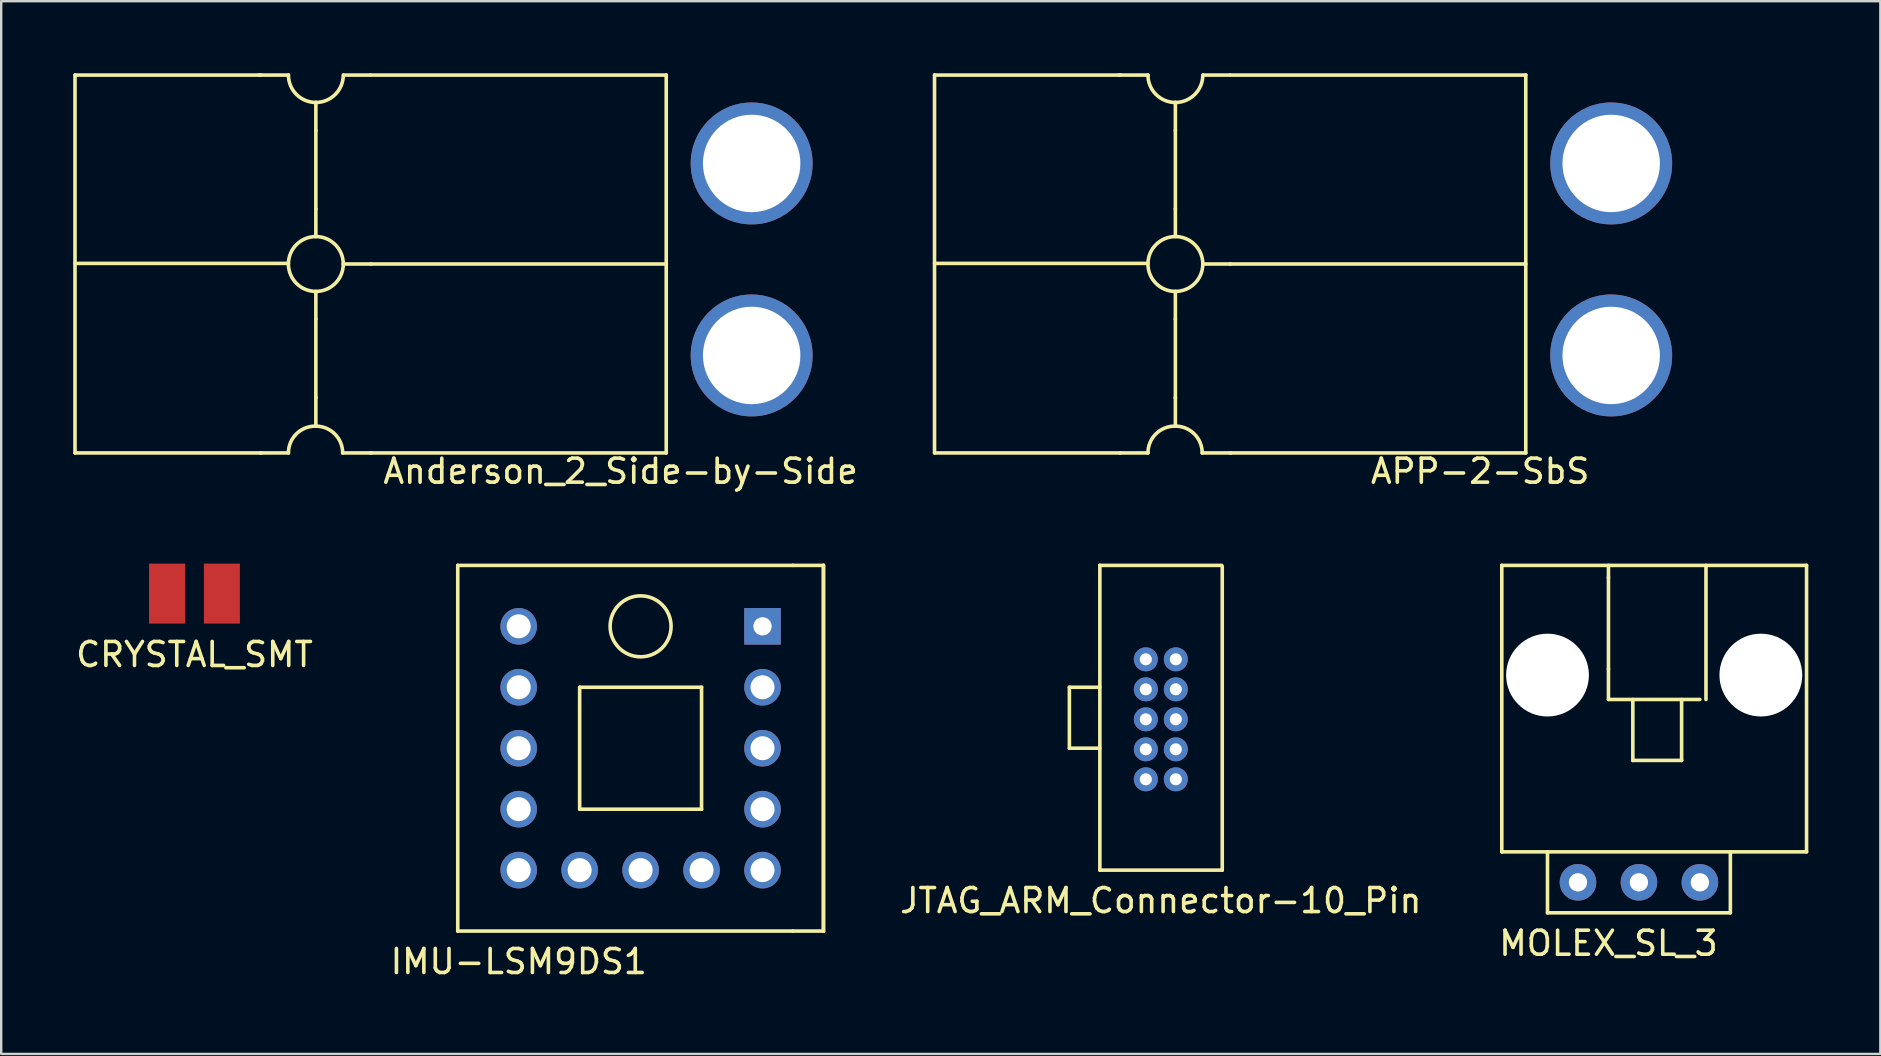
<source format=kicad_pcb>
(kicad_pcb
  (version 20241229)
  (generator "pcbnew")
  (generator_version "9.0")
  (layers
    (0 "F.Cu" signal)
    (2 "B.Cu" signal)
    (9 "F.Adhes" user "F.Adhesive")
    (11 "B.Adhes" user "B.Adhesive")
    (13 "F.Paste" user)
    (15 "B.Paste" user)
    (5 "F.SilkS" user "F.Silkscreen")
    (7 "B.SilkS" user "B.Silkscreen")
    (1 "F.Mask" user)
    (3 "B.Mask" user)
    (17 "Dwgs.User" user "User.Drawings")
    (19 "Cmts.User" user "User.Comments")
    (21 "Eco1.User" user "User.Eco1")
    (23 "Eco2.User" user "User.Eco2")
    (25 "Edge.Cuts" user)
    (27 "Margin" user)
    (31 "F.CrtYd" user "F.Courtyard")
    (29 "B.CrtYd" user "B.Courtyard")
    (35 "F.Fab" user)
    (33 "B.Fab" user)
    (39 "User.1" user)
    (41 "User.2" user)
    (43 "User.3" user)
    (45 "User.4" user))
  (footprint "IMU-LSM9DS1"
    (layer "F.Cu")
    (at 16.025 35.75)
    (property "Reference" "IMU-LSM9DS1" (at 2.54 1.27 0) (layer "F.SilkS") (effects (font (size 1 1) (thickness 0.15))))
    (attr through_hole)
    (fp_line (start 0 -15.24) (end 13.97 -15.24) (stroke (width 0.15) (type solid)) (layer "F.SilkS"))
    (fp_line (start 0 0) (end 0 -15.24) (stroke (width 0.15) (type solid)) (layer "F.SilkS"))
    (fp_line (start 5.08 -10.16) (end 5.08 -5.08) (stroke (width 0.15) (type solid)) (layer "F.SilkS"))
    (fp_line (start 5.08 -5.08) (end 10.16 -5.08) (stroke (width 0.15) (type solid)) (layer "F.SilkS"))
    (fp_line (start 10.16 -10.16) (end 5.08 -10.16) (stroke (width 0.15) (type solid)) (layer "F.SilkS"))
    (fp_line (start 10.16 -5.08) (end 10.16 -10.16) (stroke (width 0.15) (type solid)) (layer "F.SilkS"))
    (fp_line (start 13.97 -15.24) (end 15.24 -15.24) (stroke (width 0.15) (type solid)) (layer "F.SilkS"))
    (fp_line (start 13.97 0) (end 0 0) (stroke (width 0.15) (type solid)) (layer "F.SilkS"))
    (fp_line (start 15.24 -15.24) (end 15.24 0) (stroke (width 0.15) (type solid)) (layer "F.SilkS"))
    (fp_line (start 15.24 -15.24) (end 15.24 0) (stroke (width 0.15) (type solid)) (layer "F.SilkS"))
    (fp_line (start 15.24 0) (end 13.97 0) (stroke (width 0.15) (type solid)) (layer "F.SilkS"))
    (fp_circle (center 7.62 -12.7) (end 8.89 -12.7) (stroke (width 0.15) (type solid)) (fill no) (layer "F.SilkS"))
    (pad "1" thru_hole circle (at 2.54 -12.7) (size 1.524 1.524) (drill 1) (layers "*.Cu" "*.Mask"))
    (pad "2" thru_hole circle (at 2.54 -10.16) (size 1.524 1.524) (drill 1) (layers "*.Cu" "*.Mask"))
    (pad "3" thru_hole circle (at 2.54 -7.62) (size 1.524 1.524) (drill 1) (layers "*.Cu" "*.Mask"))
    (pad "4" thru_hole circle (at 2.54 -5.08) (size 1.524 1.524) (drill 1) (layers "*.Cu" "*.Mask"))
    (pad "5" thru_hole circle (at 2.54 -2.54) (size 1.524 1.524) (drill 1) (layers "*.Cu" "*.Mask"))
    (pad "6" thru_hole circle (at 5.08 -2.54) (size 1.524 1.524) (drill 1) (layers "*.Cu" "*.Mask"))
    (pad "7" thru_hole circle (at 7.62 -2.54) (size 1.524 1.524) (drill 1) (layers "*.Cu" "*.Mask"))
    (pad "8" thru_hole circle (at 10.16 -2.54) (size 1.524 1.524) (drill 1) (layers "*.Cu" "*.Mask"))
    (pad "9" thru_hole circle (at 12.7 -2.54) (size 1.524 1.524) (drill 1) (layers "*.Cu" "*.Mask"))
    (pad "10" thru_hole circle (at 12.7 -5.08) (size 1.524 1.524) (drill 1) (layers "*.Cu" "*.Mask"))
    (pad "11" thru_hole circle (at 12.7 -7.62) (size 1.524 1.524) (drill 1) (layers "*.Cu" "*.Mask"))
    (pad "12" thru_hole circle (at 12.7 -10.16) (size 1.524 1.524) (drill 1) (layers "*.Cu" "*.Mask"))
    (pad "13" thru_hole rect (at 12.7 -12.7) (size 1.524 1.524) (drill 0.762) (layers "*.Cu" "*.Mask")))
  (footprint "APP-2-SbS"
    (layer "F.Cu")
    (at 64.091 11.761)
    (property "Reference" "APP-2-SbS" (at -5.461 4.826 0) (layer "F.SilkS") (effects (font (size 1 1) (thickness 0.15))))
    (attr through_hole)
    (fp_line (start -28.198 4.064) (end -28.198 -11.686) (stroke (width 0.15) (type solid)) (layer "F.SilkS"))
    (fp_line (start -28.194 -11.684) (end -20.447 -11.684) (stroke (width 0.15) (type solid)) (layer "F.SilkS"))
    (fp_line (start -28.194 -3.835) (end -19.304 -3.835) (stroke (width 0.15) (type solid)) (layer "F.SilkS"))
    (fp_line (start -20.472 4.064) (end -19.304 4.064) (stroke (width 0.15) (type solid)) (layer "F.SilkS"))
    (fp_line (start -20.447 4.064) (end -28.194 4.064) (stroke (width 0.15) (type solid)) (layer "F.SilkS"))
    (fp_line (start -19.304 -11.684) (end -20.523 -11.684) (stroke (width 0.15) (type solid)) (layer "F.SilkS"))
    (fp_line (start -18.161 -10.541) (end -18.161 -9.373) (stroke (width 0.15) (type solid)) (layer "F.SilkS"))
    (fp_line (start -18.161 -6.096) (end -18.161 -9.373) (stroke (width 0.15) (type solid)) (layer "F.SilkS"))
    (fp_line (start -18.161 -6.096) (end -18.161 -4.953) (stroke (width 0.15) (type solid)) (layer "F.SilkS"))
    (fp_line (start -18.161 -1.524) (end -18.161 -2.667) (stroke (width 0.15) (type solid)) (layer "F.SilkS"))
    (fp_line (start -18.161 -1.524) (end -18.161 1.778) (stroke (width 0.15) (type solid)) (layer "F.SilkS"))
    (fp_line (start -18.161 1.753) (end -18.161 2.921) (stroke (width 0.15) (type solid)) (layer "F.SilkS"))
    (fp_line (start -15.9 -11.684) (end -16.993 -11.684) (stroke (width 0.15) (type solid)) (layer "F.SilkS"))
    (fp_line (start -15.875 -11.684) (end -3.556 -11.684) (stroke (width 0.15) (type solid)) (layer "F.SilkS"))
    (fp_line (start -15.875 -3.81) (end -17.018 -3.81) (stroke (width 0.15) (type solid)) (layer "F.SilkS"))
    (fp_line (start -15.875 -3.81) (end -3.556 -3.81) (stroke (width 0.15) (type solid)) (layer "F.SilkS"))
    (fp_line (start -15.875 4.064) (end -3.556 4.064) (stroke (width 0.15) (type solid)) (layer "F.SilkS"))
    (fp_line (start -15.85 4.064) (end -17.043 4.064) (stroke (width 0.15) (type solid)) (layer "F.SilkS"))
    (fp_line (start -3.56 4.064) (end -3.56 -11.686) (stroke (width 0.15) (type solid)) (layer "F.SilkS"))
    (fp_arc (start -19.304 4.064) (mid -18.976663 3.273737) (end -18.1864 2.9464) (stroke (width 0.15) (type solid)) (layer "F.SilkS"))
    (fp_arc (start -18.161 -10.541) (mid -18.969223 -10.875777) (end -19.304 -11.684) (stroke (width 0.15) (type solid)) (layer "F.SilkS"))
    (fp_arc (start -18.161 2.9464) (mid -17.370737 3.273737) (end -17.0434 4.064) (stroke (width 0.15) (type solid)) (layer "F.SilkS"))
    (fp_arc (start -17.018 -11.684) (mid -17.352777 -10.875777) (end -18.161 -10.541) (stroke (width 0.15) (type solid)) (layer "F.SilkS"))
    (fp_circle (center -18.161 -3.81) (end -18.161 -2.667) (stroke (width 0.15) (type solid)) (fill no) (layer "F.SilkS"))
    (pad "GND" thru_hole circle (at 0 -8) (size 5.08 5.08) (drill 4.06) (layers "*.Cu" "*.Mask" "F.Paste"))
    (pad "V" thru_hole circle (at 0 0.001) (size 5.08 5.08) (drill 4.06) (layers "*.Cu" "*.Mask" "F.Paste")))
  (footprint "JTAG_ARM_Connector-10_Pin"
    (layer "F.Cu")
    (at 42.783 33.21)
    (property "Reference" "JTAG_ARM_Connector-10_Pin" (at 2.54 1.27 0) (layer "F.SilkS") (effects (font (size 1 1) (thickness 0.15))))
    (attr through_hole)
    (fp_line (start -1.27 -7.62) (end -1.27 -5.08) (stroke (width 0.15) (type solid)) (layer "F.SilkS"))
    (fp_line (start -1.27 -5.08) (end 0 -5.08) (stroke (width 0.15) (type solid)) (layer "F.SilkS"))
    (fp_line (start 0 -12.7) (end 0 0) (stroke (width 0.15) (type solid)) (layer "F.SilkS"))
    (fp_line (start 0 -7.62) (end -1.27 -7.62) (stroke (width 0.15) (type solid)) (layer "F.SilkS"))
    (fp_line (start 0 0) (end 5.1 0) (stroke (width 0.15) (type solid)) (layer "F.SilkS"))
    (fp_line (start 5.08 -12.7) (end 0 -12.7) (stroke (width 0.15) (type solid)) (layer "F.SilkS"))
    (fp_line (start 5.1 -12.65) (end 5.1 0) (stroke (width 0.15) (type solid)) (layer "F.SilkS"))
    (pad "1" thru_hole circle (at 1.915 -8.785) (size 1 1) (drill 0.5) (layers "*.Cu" "*.Mask"))
    (pad "2" thru_hole circle (at 3.165 -8.785) (size 1 1) (drill 0.5) (layers "*.Cu" "*.Mask"))
    (pad "3" thru_hole circle (at 1.915 -7.535) (size 1 1) (drill 0.5) (layers "*.Cu" "*.Mask"))
    (pad "4" thru_hole circle (at 3.165 -7.535) (size 1 1) (drill 0.5) (layers "*.Cu" "*.Mask"))
    (pad "5" thru_hole circle (at 1.915 -6.285) (size 1 1) (drill 0.5) (layers "*.Cu" "*.Mask"))
    (pad "6" thru_hole circle (at 3.165 -6.285) (size 1 1) (drill 0.5) (layers "*.Cu" "*.Mask"))
    (pad "7" thru_hole circle (at 1.915 -5.035) (size 1 1) (drill 0.5) (layers "*.Cu" "*.Mask"))
    (pad "8" thru_hole circle (at 3.165 -5.035) (size 1 1) (drill 0.5) (layers "*.Cu" "*.Mask"))
    (pad "9" thru_hole circle (at 1.915 -3.785) (size 1 1) (drill 0.5) (layers "*.Cu" "*.Mask"))
    (pad "10" thru_hole circle (at 3.165 -3.785) (size 1 1) (drill 0.5) (layers "*.Cu" "*.Mask")))
  (footprint "CRYSTAL_SMT"
    (layer "F.Cu")
    (at 5.054 21.685)
    (property "Reference" "CRYSTAL_SMT" (at 0 2.54 0) (layer "F.SilkS") (effects (font (size 1 1) (thickness 0.15))))
    (attr through_hole)
    (pad "1" smd rect (at -1.143 0) (size 1.5 2.5) (layers "F.Cu" "F.Mask" "F.Paste"))
    (pad "2" smd rect (at 1.143 0) (size 1.5 2.5) (layers "F.Cu" "F.Mask" "F.Paste")))
  (footprint "MOLEX_SL_3"
    (layer "F.Cu")
    (at 65.247 33.718)
    (property "Reference" "MOLEX_SL_3" (at -1.27 2.54 0) (layer "F.SilkS") (effects (font (size 1 1) (thickness 0.15))))
    (attr through_hole)
    (fp_line (start -5.715 -13.208) (end 6.985 -13.208) (stroke (width 0.15) (type solid)) (layer "F.SilkS"))
    (fp_line (start -5.715 -1.27) (end -5.715 -13.208) (stroke (width 0.15) (type solid)) (layer "F.SilkS"))
    (fp_line (start -3.81 -1.27) (end -5.715 -1.27) (stroke (width 0.15) (type solid)) (layer "F.SilkS"))
    (fp_line (start -3.81 -1.27) (end 6.985 -1.27) (stroke (width 0.15) (type solid)) (layer "F.SilkS"))
    (fp_line (start -3.81 1.27) (end -3.81 -1.27) (stroke (width 0.15) (type solid)) (layer "F.SilkS"))
    (fp_line (start -1.27 -13.208) (end -1.27 -12.7) (stroke (width 0.15) (type solid)) (layer "F.SilkS"))
    (fp_line (start -1.27 -8.89) (end -1.27 -12.7) (stroke (width 0.15) (type solid)) (layer "F.SilkS"))
    (fp_line (start -1.27 -8.89) (end -1.27 -7.62) (stroke (width 0.15) (type solid)) (layer "F.SilkS"))
    (fp_line (start -0.254 -7.62) (end -0.254 -5.08) (stroke (width 0.15) (type solid)) (layer "F.SilkS"))
    (fp_line (start -0.254 -5.08) (end 1.778 -5.08) (stroke (width 0.15) (type solid)) (layer "F.SilkS"))
    (fp_line (start 1.778 -7.62) (end 1.778 -5.08) (stroke (width 0.15) (type solid)) (layer "F.SilkS"))
    (fp_line (start 2.54 -7.62) (end -1.27 -7.62) (stroke (width 0.15) (type solid)) (layer "F.SilkS"))
    (fp_line (start 2.794 -13.208) (end 2.794 -7.62) (stroke (width 0.15) (type solid)) (layer "F.SilkS"))
    (fp_line (start 3.81 -1.27) (end 3.81 1.27) (stroke (width 0.15) (type solid)) (layer "F.SilkS"))
    (fp_line (start 3.81 1.27) (end -3.81 1.27) (stroke (width 0.15) (type solid)) (layer "F.SilkS"))
    (fp_line (start 6.985 -1.27) (end 6.985 -13.208) (stroke (width 0.15) (type solid)) (layer "F.SilkS"))
    (pad "" np_thru_hole circle (at -3.81 -8.636) (size 3.45 3.45) (drill 3.45) (layers "*.Cu" "*.Mask"))
    (pad "" np_thru_hole circle (at 5.08 -8.636) (size 3.45 3.45) (drill 3.45) (layers "*.Cu" "*.Mask"))
    (pad "1" thru_hole circle (at -2.54 0) (size 1.524 1.524) (drill 0.762) (layers "*.Cu" "*.Mask"))
    (pad "2" thru_hole circle (at 0 0) (size 1.524 1.524) (drill 0.762) (layers "*.Cu" "*.Mask"))
    (pad "3" thru_hole circle (at 2.54 0) (size 1.524 1.524) (drill 0.762) (layers "*.Cu" "*.Mask")))
  (footprint "Anderson_2_Side-by-Side"
    (layer "F.Cu")
    (at 28.273 11.761)
    (property "Reference" "Anderson_2_Side-by-Side" (at -5.461 4.826 0) (layer "F.SilkS") (effects (font (size 1 1) (thickness 0.15))))
    (attr through_hole)
    (fp_line (start -28.198 4.064) (end -28.198 -11.686) (stroke (width 0.15) (type solid)) (layer "F.SilkS"))
    (fp_line (start -28.194 -11.684) (end -20.447 -11.684) (stroke (width 0.15) (type solid)) (layer "F.SilkS"))
    (fp_line (start -28.194 -3.835) (end -19.304 -3.835) (stroke (width 0.15) (type solid)) (layer "F.SilkS"))
    (fp_line (start -20.472 4.064) (end -19.304 4.064) (stroke (width 0.15) (type solid)) (layer "F.SilkS"))
    (fp_line (start -20.447 4.064) (end -28.194 4.064) (stroke (width 0.15) (type solid)) (layer "F.SilkS"))
    (fp_line (start -19.304 -11.684) (end -20.523 -11.684) (stroke (width 0.15) (type solid)) (layer "F.SilkS"))
    (fp_line (start -18.161 -10.541) (end -18.161 -9.373) (stroke (width 0.15) (type solid)) (layer "F.SilkS"))
    (fp_line (start -18.161 -6.096) (end -18.161 -9.373) (stroke (width 0.15) (type solid)) (layer "F.SilkS"))
    (fp_line (start -18.161 -6.096) (end -18.161 -4.953) (stroke (width 0.15) (type solid)) (layer "F.SilkS"))
    (fp_line (start -18.161 -1.524) (end -18.161 -2.667) (stroke (width 0.15) (type solid)) (layer "F.SilkS"))
    (fp_line (start -18.161 -1.524) (end -18.161 1.778) (stroke (width 0.15) (type solid)) (layer "F.SilkS"))
    (fp_line (start -18.161 1.753) (end -18.161 2.921) (stroke (width 0.15) (type solid)) (layer "F.SilkS"))
    (fp_line (start -15.9 -11.684) (end -16.993 -11.684) (stroke (width 0.15) (type solid)) (layer "F.SilkS"))
    (fp_line (start -15.875 -11.684) (end -3.556 -11.684) (stroke (width 0.15) (type solid)) (layer "F.SilkS"))
    (fp_line (start -15.875 -3.81) (end -17.018 -3.81) (stroke (width 0.15) (type solid)) (layer "F.SilkS"))
    (fp_line (start -15.875 -3.81) (end -3.556 -3.81) (stroke (width 0.15) (type solid)) (layer "F.SilkS"))
    (fp_line (start -15.875 4.064) (end -3.556 4.064) (stroke (width 0.15) (type solid)) (layer "F.SilkS"))
    (fp_line (start -15.85 4.064) (end -17.043 4.064) (stroke (width 0.15) (type solid)) (layer "F.SilkS"))
    (fp_line (start -3.56 4.064) (end -3.56 -11.686) (stroke (width 0.15) (type solid)) (layer "F.SilkS"))
    (fp_arc (start -19.304 4.064) (mid -18.976663 3.273737) (end -18.1864 2.9464) (stroke (width 0.15) (type solid)) (layer "F.SilkS"))
    (fp_arc (start -18.161 -10.541) (mid -18.969223 -10.875777) (end -19.304 -11.684) (stroke (width 0.15) (type solid)) (layer "F.SilkS"))
    (fp_arc (start -18.161 2.9464) (mid -17.370737 3.273737) (end -17.0434 4.064) (stroke (width 0.15) (type solid)) (layer "F.SilkS"))
    (fp_arc (start -17.018 -11.684) (mid -17.352777 -10.875777) (end -18.161 -10.541) (stroke (width 0.15) (type solid)) (layer "F.SilkS"))
    (fp_circle (center -18.161 -3.81) (end -18.161 -2.667) (stroke (width 0.15) (type solid)) (fill no) (layer "F.SilkS"))
    (pad "GND" thru_hole circle (at 0 -8) (size 5.08 5.08) (drill 4.06) (layers "*.Cu" "*.Mask" "F.Paste"))
    (pad "V" thru_hole circle (at 0 0.001) (size 5.08 5.08) (drill 4.06) (layers "*.Cu" "*.Mask" "F.Paste")))
  (gr_rect
    (start -3 -3)
    (end 75.307 40.868)
    (stroke (width 0.1) (type default))
    (fill no)
    (layer "Edge.Cuts")))
</source>
